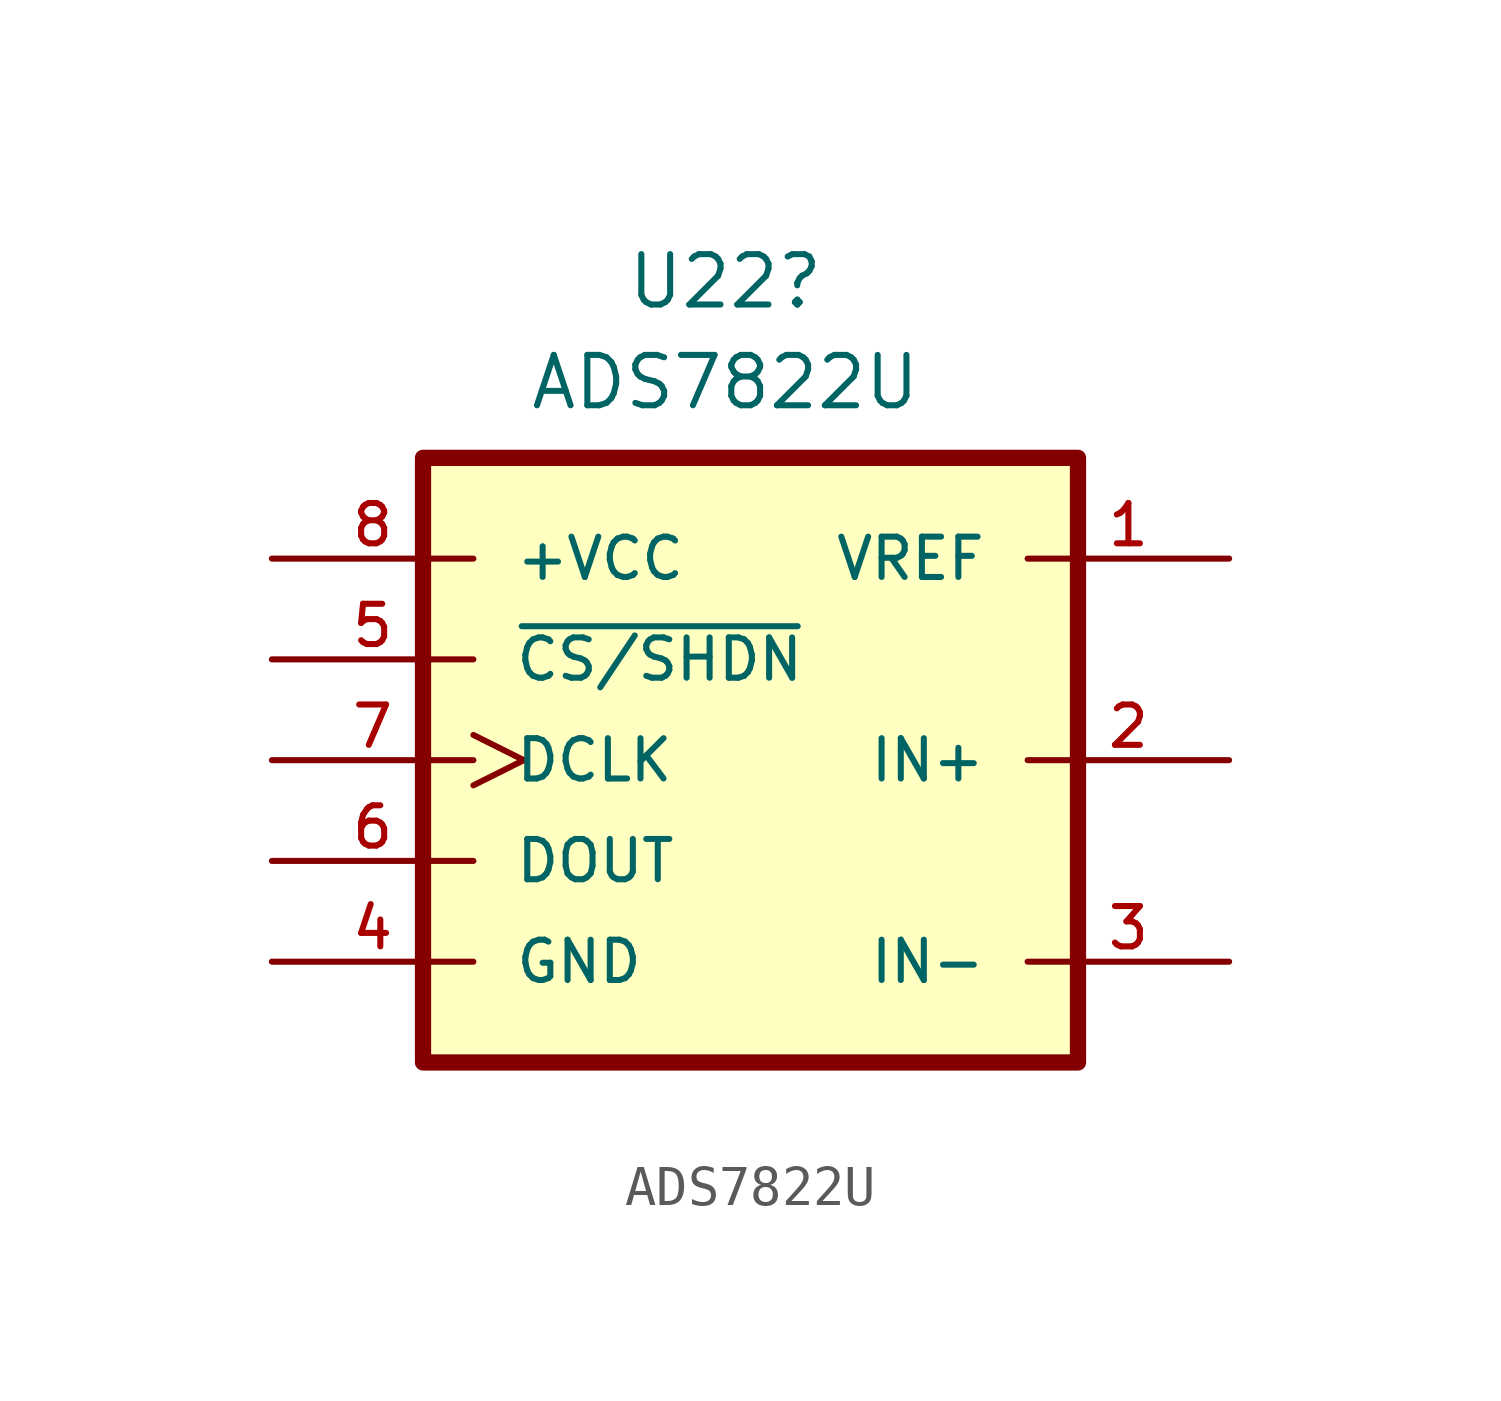
<source format=kicad_sym>
(kicad_symbol_lib
  (version 20220914)
  (generator kicad_symbol_editor)
  (symbol "ADS7822U"
    (pin_names
      (offset 1.016))
    (property "Reference" "U22"
      (at 0 12.065 0)
      (effects (font (size 1.27 1.27))))
    (property "Value" "ADS7822U"
      (at 0 9.525 0)
      (effects (font (size 1.27 1.27))))
    (symbol "ADS7822U_0_0"
      (rectangle (start -7.62 7.62) (end 8.89 -7.62) (stroke (width 0.41) (type default)) (fill (type background)))
      (pin input line (at 12.7 5.08 180) (length 5.08) (name "VREF" (effects (font (size 1.016 1.016)))) (number "1" (effects (font (size 1.016 1.016)))))
      (pin input line (at 12.7 0 180) (length 5.08) (name "IN+" (effects (font (size 1.016 1.016)))) (number "2" (effects (font (size 1.016 1.016)))))
      (pin input line (at 12.7 -5.08 180) (length 5.08) (name "IN-" (effects (font (size 1.016 1.016)))) (number "3" (effects (font (size 1.016 1.016)))))
      (pin power_in line (at -11.43 -5.08 0) (length 5.08) (name "GND" (effects (font (size 1.016 1.016)))) (number "4" (effects (font (size 1.016 1.016)))))
      (pin input line (at -11.43 2.54 0) (length 5.08) (name "~{CS/SHDN}" (effects (font (size 1.016 1.016)))) (number "5" (effects (font (size 1.016 1.016)))))
      (pin output line (at -11.43 -2.54 0) (length 5.08) (name "DOUT" (effects (font (size 1.016 1.016)))) (number "6" (effects (font (size 1.016 1.016)))))
      (pin input clock (at -11.43 0 0) (length 5.08) (name "DCLK" (effects (font (size 1.016 1.016)))) (number "7" (effects (font (size 1.016 1.016)))))
      (pin power_in line (at -11.43 5.08 0) (length 5.08) (name "+VCC" (effects (font (size 1.016 1.016)))) (number "8" (effects (font (size 1.016 1.016))))))))
</source>
